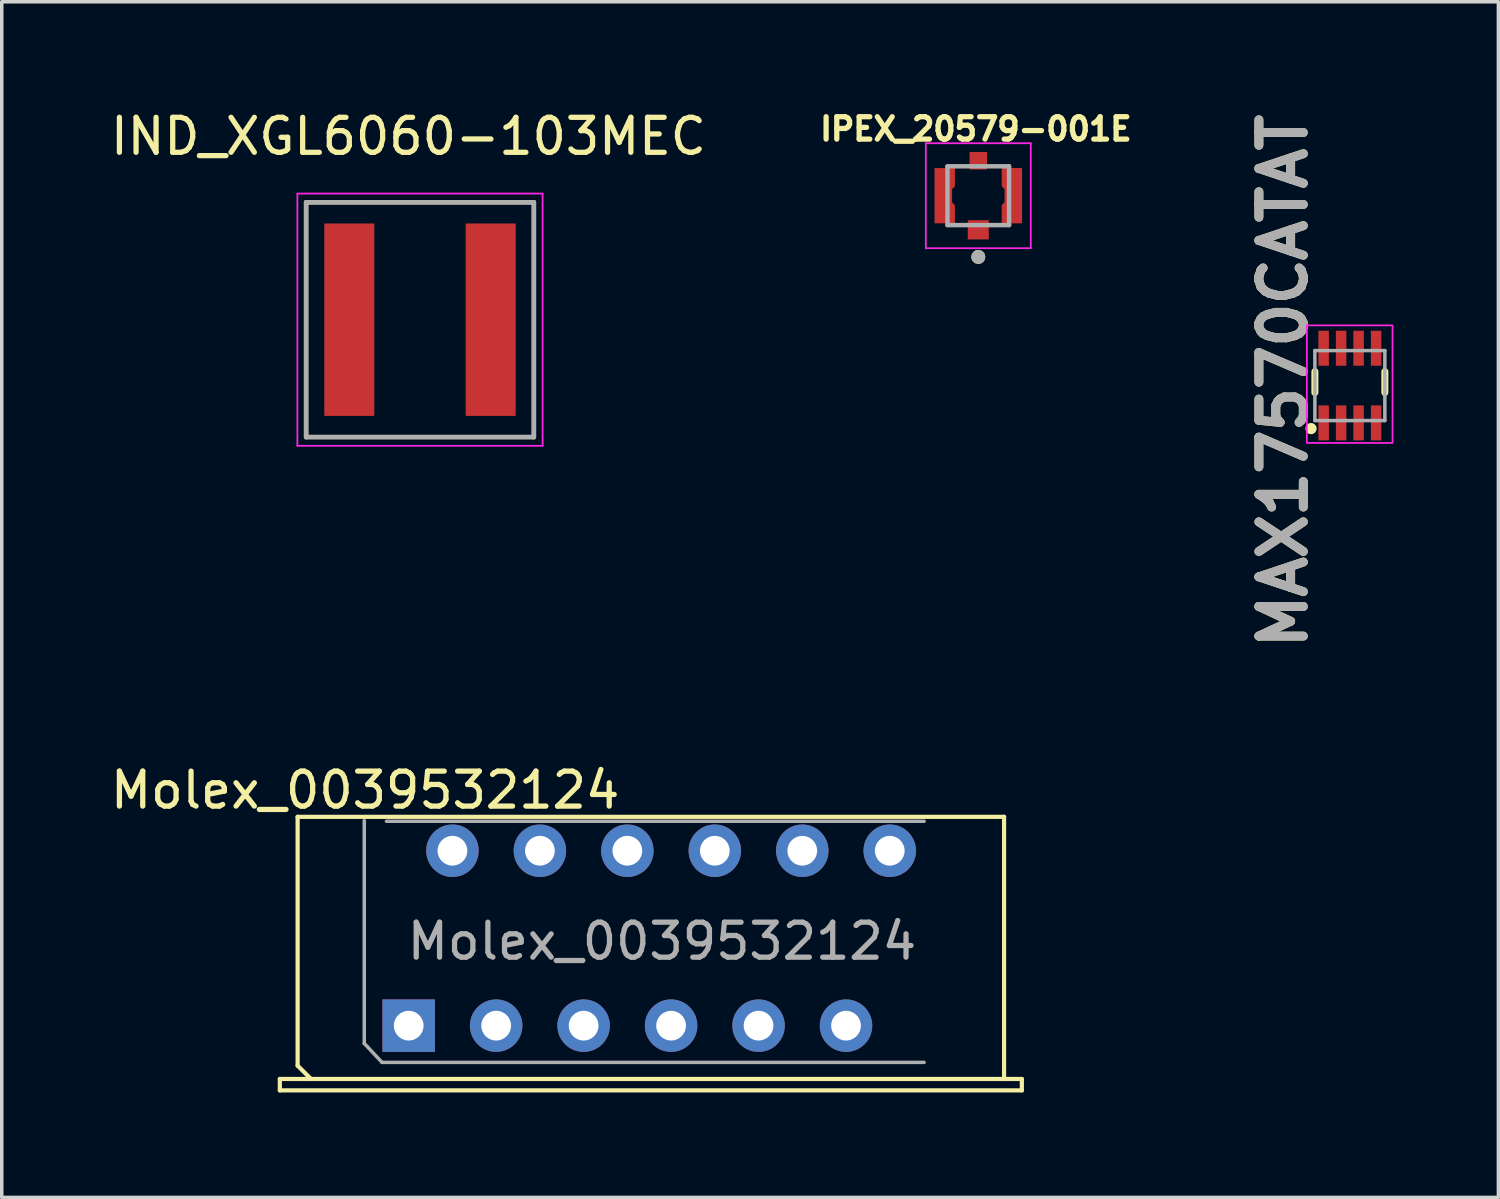
<source format=kicad_pcb>
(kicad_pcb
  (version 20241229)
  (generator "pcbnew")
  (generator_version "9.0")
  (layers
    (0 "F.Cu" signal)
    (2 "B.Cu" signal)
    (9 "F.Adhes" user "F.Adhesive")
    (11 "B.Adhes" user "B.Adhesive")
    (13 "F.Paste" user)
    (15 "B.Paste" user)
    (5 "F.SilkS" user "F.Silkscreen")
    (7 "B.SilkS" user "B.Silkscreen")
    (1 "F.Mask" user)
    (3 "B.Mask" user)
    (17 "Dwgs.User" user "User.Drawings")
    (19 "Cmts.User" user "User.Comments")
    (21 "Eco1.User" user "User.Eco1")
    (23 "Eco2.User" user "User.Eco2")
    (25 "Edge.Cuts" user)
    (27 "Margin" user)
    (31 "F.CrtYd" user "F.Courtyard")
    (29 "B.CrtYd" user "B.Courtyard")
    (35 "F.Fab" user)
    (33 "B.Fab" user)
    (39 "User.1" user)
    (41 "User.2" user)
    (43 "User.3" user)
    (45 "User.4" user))
  (footprint "IND_XGL6060-103MEC"
    (layer "F.Cu")
    (at 8.955 6.088)
    (property "Reference" "IND_XGL6060-103MEC" (at -0.33 -5.24 0) (layer "F.SilkS") (effects (font (size 1 1) (thickness 0.15))))
    (attr smd)
    (fp_line (start -3.255 -3.355) (end 3.255 -3.355) (stroke (width 0.127) (type solid)) (layer "F.SilkS"))
    (fp_line (start -3.255 3.355) (end -3.255 -3.355) (stroke (width 0.127) (type solid)) (layer "F.SilkS"))
    (fp_line (start 3.255 -3.355) (end 3.255 3.355) (stroke (width 0.127) (type solid)) (layer "F.SilkS"))
    (fp_line (start 3.255 3.355) (end -3.255 3.355) (stroke (width 0.127) (type solid)) (layer "F.SilkS"))
    (fp_line (start -3.505 -3.605) (end -3.505 3.605) (stroke (width 0.05) (type solid)) (layer "F.CrtYd"))
    (fp_line (start -3.505 3.605) (end 3.505 3.605) (stroke (width 0.05) (type solid)) (layer "F.CrtYd"))
    (fp_line (start 3.505 -3.605) (end -3.505 -3.605) (stroke (width 0.05) (type solid)) (layer "F.CrtYd"))
    (fp_line (start 3.505 3.605) (end 3.505 -3.605) (stroke (width 0.05) (type solid)) (layer "F.CrtYd"))
    (fp_line (start -3.255 -3.355) (end 3.255 -3.355) (stroke (width 0.127) (type solid)) (layer "F.Fab"))
    (fp_line (start -3.255 3.355) (end -3.255 -3.355) (stroke (width 0.127) (type solid)) (layer "F.Fab"))
    (fp_line (start 3.255 -3.355) (end 3.255 3.355) (stroke (width 0.127) (type solid)) (layer "F.Fab"))
    (fp_line (start 3.255 3.355) (end -3.255 3.355) (stroke (width 0.127) (type solid)) (layer "F.Fab"))
    (pad "1" smd rect (at -2.02 0) (size 1.43 5.5) (layers "F.Cu" "F.Mask" "F.Paste"))
    (pad "2" smd rect (at 2.02 0) (size 1.43 5.5) (layers "F.Cu" "F.Mask" "F.Paste")))
  (footprint "Molex_0039532124"
    (layer "F.Cu")
    (at 8.632 26.267)
    (property "Reference" "Molex_0039532124" (at -1.245 -6.731 0) (layer "F.SilkS") (effects (font (size 1 1) (thickness 0.15))))
    (attr through_hole)
    (fp_line (start -3.683 1.524) (end -2.794 1.524) (stroke (width 0.12) (type solid)) (layer "F.SilkS"))
    (fp_line (start -3.683 1.85) (end -3.683 1.524) (stroke (width 0.12) (type solid)) (layer "F.SilkS"))
    (fp_line (start -3.683 1.85) (end 17.526 1.85) (stroke (width 0.12) (type solid)) (layer "F.SilkS"))
    (fp_line (start -3.175 -5.969) (end -3.175 1.143) (stroke (width 0.12) (type solid)) (layer "F.SilkS"))
    (fp_line (start -3.175 1.143) (end -2.794 1.524) (stroke (width 0.12) (type solid)) (layer "F.SilkS"))
    (fp_line (start -2.794 1.524) (end 17.018 1.524) (stroke (width 0.12) (type solid)) (layer "F.SilkS"))
    (fp_line (start 17.018 -5.969) (end -3.175 -5.969) (stroke (width 0.12) (type solid)) (layer "F.SilkS"))
    (fp_line (start 17.018 1.524) (end 17.018 -5.969) (stroke (width 0.12) (type solid)) (layer "F.SilkS"))
    (fp_line (start 17.018 1.524) (end 17.526 1.524) (stroke (width 0.12) (type solid)) (layer "F.SilkS"))
    (fp_line (start 17.526 1.524) (end 17.526 1.85) (stroke (width 0.12) (type solid)) (layer "F.SilkS"))
    (fp_line (start -1.27 0.508) (end -1.27 -5.859) (stroke (width 0.1) (type solid)) (layer "F.Fab"))
    (fp_line (start -0.762 1.05) (end -1.27 0.508) (stroke (width 0.1) (type solid)) (layer "F.Fab"))
    (fp_line (start -0.635 -5.842) (end 14.732 -5.842) (stroke (width 0.1) (type solid)) (layer "F.Fab"))
    (fp_line (start 14.732 1.05) (end -0.762 1.05) (stroke (width 0.1) (type solid)) (layer "F.Fab"))
    (fp_text user "${REFERENCE}" (at 7.239 -2.413 0) (layer "F.Fab") (effects (font (size 1 1) (thickness 0.15))))
    (pad "1" thru_hole rect (at 0 0 90) (size 1.5 1.5) (drill 0.85) (layers "*.Cu" "*.Mask"))
    (pad "2" thru_hole oval (at 1.25 -5 90) (size 1.5 1.5) (drill 0.85) (layers "*.Cu" "*.Mask"))
    (pad "3" thru_hole oval (at 2.5 0 90) (size 1.5 1.5) (drill 0.85) (layers "*.Cu" "*.Mask"))
    (pad "4" thru_hole oval (at 3.75 -5 90) (size 1.5 1.5) (drill 0.85) (layers "*.Cu" "*.Mask"))
    (pad "5" thru_hole oval (at 5 0 90) (size 1.5 1.5) (drill 0.85) (layers "*.Cu" "*.Mask"))
    (pad "6" thru_hole oval (at 6.25 -5 90) (size 1.5 1.5) (drill 0.85) (layers "*.Cu" "*.Mask"))
    (pad "7" thru_hole oval (at 7.5 0 90) (size 1.5 1.5) (drill 0.85) (layers "*.Cu" "*.Mask"))
    (pad "8" thru_hole oval (at 8.75 -5 90) (size 1.5 1.5) (drill 0.85) (layers "*.Cu" "*.Mask"))
    (pad "9" thru_hole oval (at 10 0 90) (size 1.5 1.5) (drill 0.85) (layers "*.Cu" "*.Mask"))
    (pad "10" thru_hole oval (at 11.25 -5 90) (size 1.5 1.5) (drill 0.85) (layers "*.Cu" "*.Mask"))
    (pad "11" thru_hole oval (at 12.5 0 90) (size 1.5 1.5) (drill 0.85) (layers "*.Cu" "*.Mask"))
    (pad "12" thru_hole oval (at 13.75 -5 90) (size 1.5 1.5) (drill 0.85) (layers "*.Cu" "*.Mask")))
  (footprint "IPEX_20579-001E"
    (layer "F.Cu")
    (at 24.913 2.544)
    (property "Reference" "IPEX_20579-001E" (at -0.068 -1.906 0) (layer "F.SilkS") (effects (font (size 0.64 0.64) (thickness 0.15))))
    (attr through_hole)
    (fp_poly (pts (xy -1.35 -0.89) (xy -0.57 -0.89) (xy -0.57 -0.15) (xy -0.65 -0.09) (xy -0.65 0.09) (xy -0.57 0.15) (xy -0.57 0.89) (xy -1.35 0.89)) (stroke (width 0.001) (type solid)) (fill yes) (layer "F.Mask"))
    (fp_poly (pts (xy 0.57 -0.89) (xy 0.57 -0.15) (xy 0.65 -0.09) (xy 0.65 0.09) (xy 0.57 0.15) (xy 0.57 0.89) (xy 1.35 0.89) (xy 1.35 -0.89)) (stroke (width 0.001) (type solid)) (fill yes) (layer "F.Mask"))
    (fp_circle (center 0 1.75) (end 0.1 1.75) (stroke (width 0.2) (type solid)) (fill no) (layer "F.SilkS"))
    (fp_poly (pts (xy -1.25 -0.45) (xy -0.75 -0.45) (xy -0.75 0.45) (xy -1.25 0.45)) (stroke (width 0.001) (type solid)) (fill yes) (layer "F.Paste"))
    (fp_poly (pts (xy -0.19 -1.2) (xy 0.19 -1.2) (xy 0.19 -0.82) (xy -0.19 -0.82)) (stroke (width 0.001) (type solid)) (fill yes) (layer "F.Paste"))
    (fp_poly (pts (xy -0.18 0.84) (xy 0.18 0.84) (xy 0.18 1.2) (xy -0.18 1.2)) (stroke (width 0.001) (type solid)) (fill yes) (layer "F.Paste"))
    (fp_poly (pts (xy 0.75 -0.45) (xy 1.25 -0.45) (xy 1.25 0.45) (xy 0.75 0.45)) (stroke (width 0.001) (type solid)) (fill yes) (layer "F.Paste"))
    (fp_line (start -1.5 -1.5) (end -1.5 1.5) (stroke (width 0.05) (type solid)) (layer "F.CrtYd"))
    (fp_line (start -1.5 1.5) (end 1.5 1.5) (stroke (width 0.05) (type solid)) (layer "F.CrtYd"))
    (fp_line (start 1.5 -1.5) (end -1.5 -1.5) (stroke (width 0.05) (type solid)) (layer "F.CrtYd"))
    (fp_line (start 1.5 1.5) (end 1.5 -1.5) (stroke (width 0.05) (type solid)) (layer "F.CrtYd"))
    (fp_line (start -0.88 -0.84) (end 0.88 -0.84) (stroke (width 0.127) (type solid)) (layer "F.Fab"))
    (fp_line (start -0.88 0.84) (end -0.88 -0.84) (stroke (width 0.127) (type solid)) (layer "F.Fab"))
    (fp_line (start 0.88 -0.84) (end 0.88 0.84) (stroke (width 0.127) (type solid)) (layer "F.Fab"))
    (fp_line (start 0.88 0.84) (end -0.88 0.84) (stroke (width 0.127) (type solid)) (layer "F.Fab"))
    (fp_circle (center 0 1.75) (end 0.1 1.75) (stroke (width 0.2) (type solid)) (fill no) (layer "F.Fab"))
    (pad "1" smd rect (at 0 0.975) (size 0.6 0.55) (layers "F.Cu" "F.Mask"))
    (pad "2" smd custom (at -1 0) (size 0.45 0.45) (layers "F.Cu") (options (anchor rect)) (primitives (gr_poly (pts (xy 0.33 -0.27) (xy 0.25 -0.19) (xy 0.25 0.19) (xy 0.33 0.27) (xy 0.33 0.79) (xy -0.25 0.79) (xy -0.25 -0.79) (xy 0.33 -0.79)) (width 0.001) (fill yes))))
    (pad "2" smd rect (at 0 -1) (size 0.5 0.5) (layers "F.Cu" "F.Mask"))
    (pad "2" smd custom (at 1 0) (size 0.45 0.45) (layers "F.Cu") (options (anchor rect)) (primitives (gr_poly (pts (xy 0.25 0.79) (xy -0.33 0.79) (xy -0.33 0.27) (xy -0.25 0.19) (xy -0.25 -0.19) (xy -0.33 -0.27) (xy -0.33 -0.79) (xy 0.25 -0.79)) (width 0.001) (fill yes)))))
  (footprint "MAX17570CATAT"
    (layer "F.Cu")
    (at 35.534 7.971)
    (property "Reference" "MAX17570CATAT" (at -1.905 -0.127 90) (layer "F.SilkS") (effects (font (size 1.27 1.27) (thickness 0.254))))
    (attr smd)
    (fp_line (start -1 -0.4) (end -1 0.2) (stroke (width 0.2) (type solid)) (layer "F.SilkS"))
    (fp_line (start 1 -0.4) (end 1 0.2) (stroke (width 0.2) (type solid)) (layer "F.SilkS"))
    (fp_circle (center -1.11 1.23) (end -1.01 1.23) (stroke (width 0.12) (type solid)) (fill yes) (layer "F.SilkS"))
    (fp_rect (start -1.23 -1.72) (end 1.22 1.64) (stroke (width 0.05) (type solid)) (fill no) (layer "F.CrtYd"))
    (fp_line (start -1 -1) (end 1 -1) (stroke (width 0.1) (type solid)) (layer "F.Fab"))
    (fp_line (start -1 1) (end -1 -1) (stroke (width 0.1) (type solid)) (layer "F.Fab"))
    (fp_line (start 1 -1) (end 1 1) (stroke (width 0.1) (type solid)) (layer "F.Fab"))
    (fp_line (start 1 1) (end -1 1) (stroke (width 0.1) (type solid)) (layer "F.Fab"))
    (fp_text user "${REFERENCE}" (at -1.905 -0.127 90) (layer "F.Fab") (effects (font (size 1.27 1.27) (thickness 0.254))))
    (pad "1" smd rect (at -0.75 1.067) (size 0.3 1) (layers "F.Cu" "F.Mask" "F.Paste"))
    (pad "2" smd rect (at -0.25 1.067) (size 0.3 1) (layers "F.Cu" "F.Mask" "F.Paste"))
    (pad "3" smd rect (at 0.25 1.067) (size 0.3 1) (layers "F.Cu" "F.Mask" "F.Paste"))
    (pad "4" smd rect (at 0.75 1.067) (size 0.3 1) (layers "F.Cu" "F.Mask" "F.Paste"))
    (pad "5" smd rect (at 0.75 -1.067) (size 0.3 1) (layers "F.Cu" "F.Mask" "F.Paste"))
    (pad "6" smd rect (at 0.25 -1.067) (size 0.3 1) (layers "F.Cu" "F.Mask" "F.Paste"))
    (pad "7" smd rect (at -0.25 -1.067) (size 0.3 1) (layers "F.Cu" "F.Mask" "F.Paste"))
    (pad "8" smd rect (at -0.75 -1.067) (size 0.3 1) (layers "F.Cu" "F.Mask" "F.Paste")))
  (gr_rect
    (start -3 -3)
    (end 39.779 31.177)
    (stroke (width 0.1) (type default))
    (fill no)
    (layer "Edge.Cuts")))
</source>
